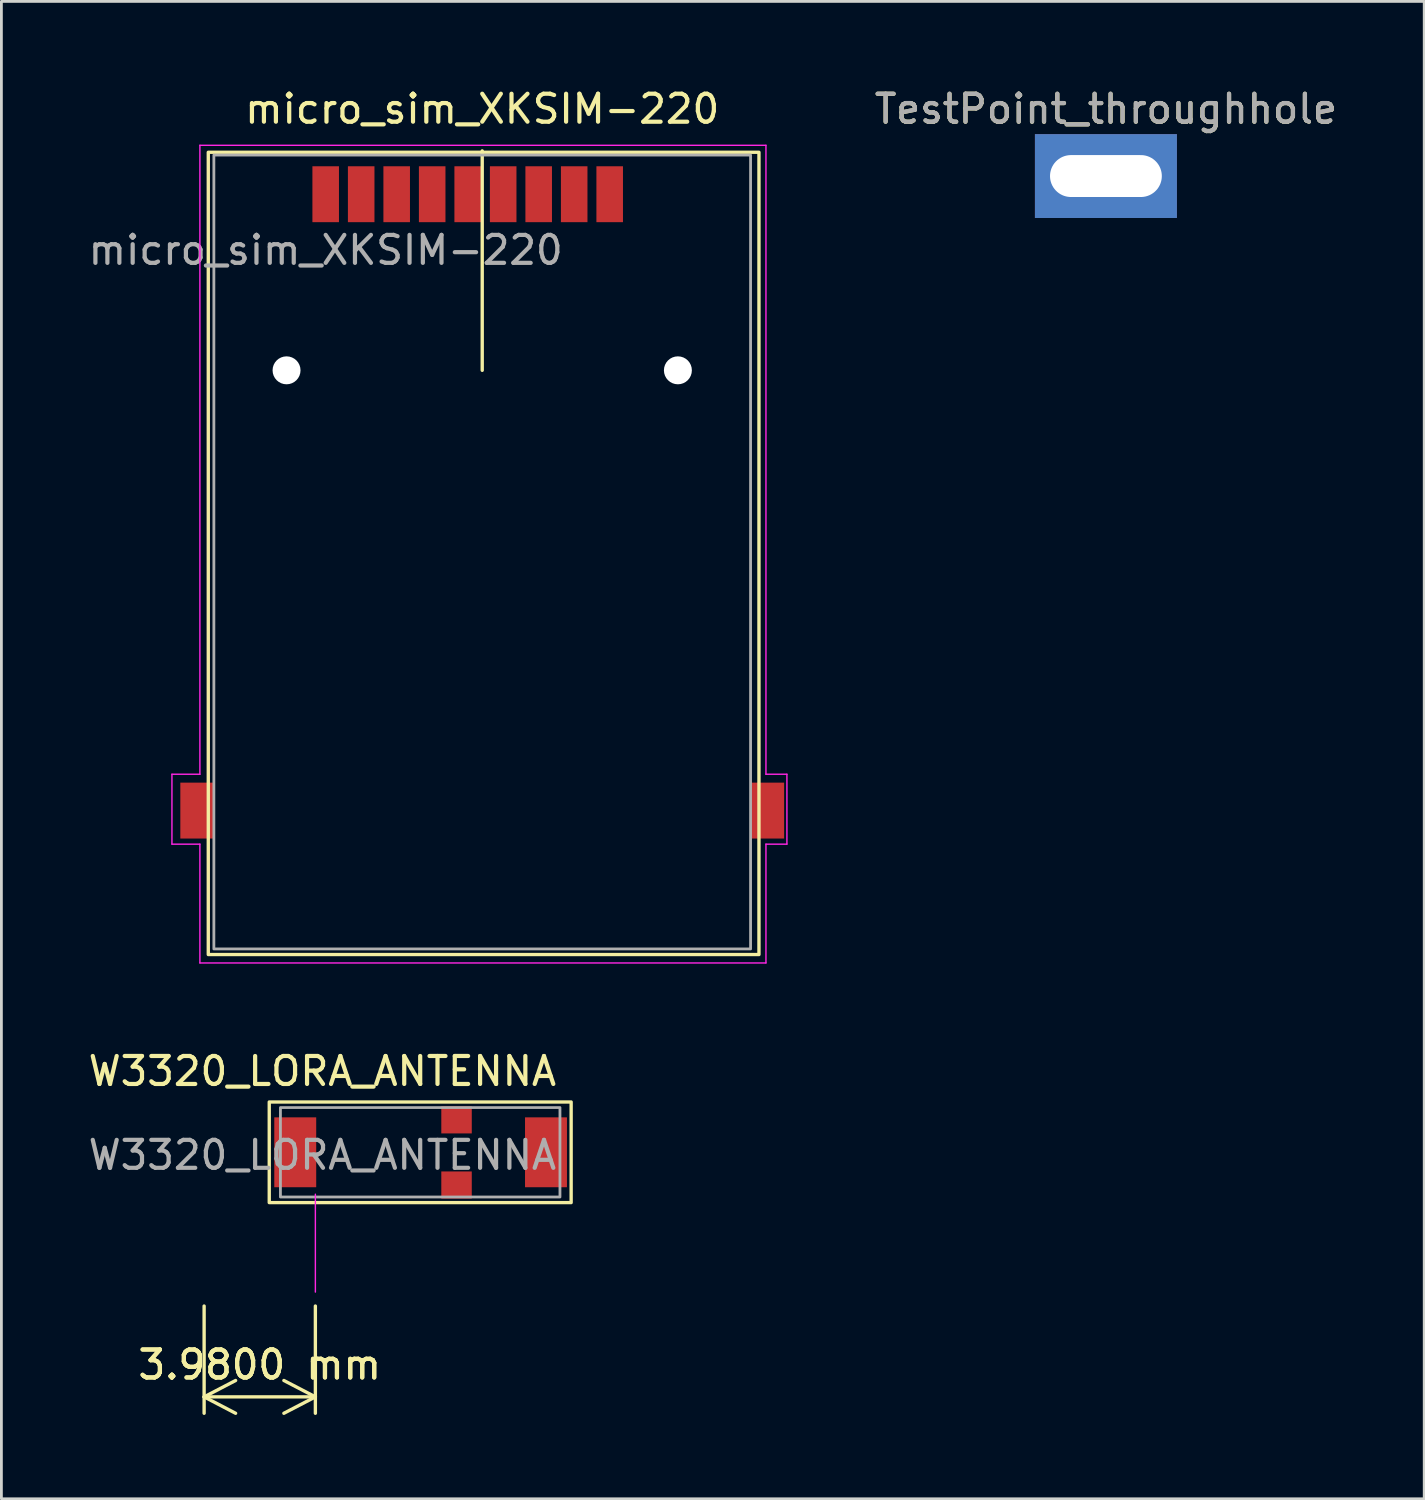
<source format=kicad_pcb>
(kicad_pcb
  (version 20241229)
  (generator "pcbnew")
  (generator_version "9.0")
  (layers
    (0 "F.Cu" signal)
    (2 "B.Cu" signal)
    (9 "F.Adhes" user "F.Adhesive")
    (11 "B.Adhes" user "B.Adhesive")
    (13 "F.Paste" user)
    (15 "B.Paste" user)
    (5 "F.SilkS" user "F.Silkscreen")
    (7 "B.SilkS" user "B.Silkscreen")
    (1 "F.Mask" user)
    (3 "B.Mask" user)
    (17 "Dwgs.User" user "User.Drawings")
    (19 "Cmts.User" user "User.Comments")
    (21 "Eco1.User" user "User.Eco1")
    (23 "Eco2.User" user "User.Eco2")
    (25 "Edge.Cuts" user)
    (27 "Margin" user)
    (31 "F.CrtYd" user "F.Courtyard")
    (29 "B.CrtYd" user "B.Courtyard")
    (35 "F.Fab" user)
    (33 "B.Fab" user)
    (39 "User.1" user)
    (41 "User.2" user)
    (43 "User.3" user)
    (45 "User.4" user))
  (footprint "micro_sim_XKSIM-220"
    (layer "F.Cu")
    (at 8.601 3.398)
    (property "Reference" "micro_sim_XKSIM-220" (at 5.6 -2.55 0) (unlocked yes) (layer "F.SilkS") (effects (font (size 1 1) (thickness 0.15))))
    (attr smd)
    (fp_line (start 5.6 6.8) (end 5.6 -1.05) (stroke (width 0.12) (type default)) (layer "F.SilkS"))
    (fp_rect (start -4.2 -1) (end 15.5 27.7) (stroke (width 0.12) (type default)) (fill no) (layer "F.SilkS"))
    (fp_line (start -5.5 21.25) (end -4.5 21.25) (stroke (width 0.05) (type default)) (layer "F.CrtYd"))
    (fp_line (start -5.5 23.75) (end -5.5 21.25) (stroke (width 0.05) (type default)) (layer "F.CrtYd"))
    (fp_line (start -4.5 -1.25) (end 15.75 -1.25) (stroke (width 0.05) (type default)) (layer "F.CrtYd"))
    (fp_line (start -4.5 21.25) (end -4.5 -1.25) (stroke (width 0.05) (type default)) (layer "F.CrtYd"))
    (fp_line (start -4.5 23.75) (end -5.5 23.75) (stroke (width 0.05) (type default)) (layer "F.CrtYd"))
    (fp_line (start -4.5 28) (end -4.5 23.75) (stroke (width 0.05) (type default)) (layer "F.CrtYd"))
    (fp_line (start 15.75 -1.25) (end 15.75 21.25) (stroke (width 0.05) (type default)) (layer "F.CrtYd"))
    (fp_line (start 15.75 21.25) (end 16.5 21.25) (stroke (width 0.05) (type default)) (layer "F.CrtYd"))
    (fp_line (start 15.75 23.75) (end 15.75 28) (stroke (width 0.05) (type default)) (layer "F.CrtYd"))
    (fp_line (start 15.75 28) (end -4.5 28) (stroke (width 0.05) (type default)) (layer "F.CrtYd"))
    (fp_line (start 16.5 21.25) (end 16.5 23.75) (stroke (width 0.05) (type default)) (layer "F.CrtYd"))
    (fp_line (start 16.5 23.75) (end 15.75 23.75) (stroke (width 0.05) (type default)) (layer "F.CrtYd"))
    (fp_rect (start -4 -0.9) (end 15.2 27.5) (stroke (width 0.1) (type default)) (fill no) (layer "F.Fab"))
    (fp_text user "${REFERENCE}" (at 0 2.5 0) (unlocked yes) (layer "F.Fab") (effects (font (size 1 1) (thickness 0.15))))
    (pad "" np_thru_hole circle (at -1.4 6.8 90) (size 1 1) (drill 1.2) (layers "*.Cu" "*.Mask"))
    (pad "" np_thru_hole circle (at 12.6 6.8 90) (size 1 1) (drill 1.2) (layers "*.Cu" "*.Mask"))
    (pad "1" smd rect (at -4.6 22.55 90) (size 2 1.2) (layers "F.Cu" "F.Mask" "F.Paste"))
    (pad "1" smd rect (at 15.8 22.55 90) (size 2 1.2) (layers "F.Cu" "F.Mask" "F.Paste"))
    (pad "8" smd rect (at 8.89 0.5 90) (size 2 0.95) (layers "F.Cu" "F.Mask" "F.Paste"))
    (pad "9" smd rect (at 10.16 0.5 90) (size 2 0.95) (layers "F.Cu" "F.Mask" "F.Paste"))
    (pad "C1" smd rect (at 0 0.5 90) (size 2 0.95) (layers "F.Cu" "F.Mask" "F.Paste"))
    (pad "C1" smd rect (at 6.35 0.5 90) (size 2 0.95) (layers "F.Cu" "F.Mask" "F.Paste"))
    (pad "C2" smd rect (at 5.08 0.5 90) (size 2 0.95) (layers "F.Cu" "F.Mask" "F.Paste"))
    (pad "C3" smd rect (at 1.27 0.5 90) (size 2 0.95) (layers "F.Cu" "F.Mask" "F.Paste"))
    (pad "C4" smd rect (at 3.81 0.5 90) (size 2 0.95) (layers "F.Cu" "F.Mask" "F.Paste"))
    (pad "C5" smd rect (at 2.54 0.5 90) (size 2 0.95) (layers "F.Cu" "F.Mask" "F.Paste"))
    (pad "C6" smd rect (at 7.62 0.5 90) (size 2 0.95) (layers "F.Cu" "F.Mask" "F.Paste")))
  (footprint "W3320_LORA_ANTENNA"
    (layer "F.Cu")
    (at 6.982 38.172)
    (property "Reference" "W3320_LORA_ANTENNA" (at 1.5 -2.9 0) (unlocked yes) (layer "F.SilkS") (effects (font (size 1 1) (thickness 0.15))))
    (attr smd)
    (fp_rect (start -0.4 -1.8) (end 10.4 1.8) (stroke (width 0.12) (type default)) (fill no) (layer "F.SilkS"))
    (fp_line (start 1.25 1.5) (end 1.25 5) (stroke (width 0.05) (type default)) (layer "F.CrtYd"))
    (fp_rect (start 0 -1.6) (end 10 1.6) (stroke (width 0.1) (type default)) (fill no) (layer "F.Fab"))
    (fp_text user "${REFERENCE}" (at 1.5 0.1 0) (unlocked yes) (layer "F.Fab") (effects (font (size 1 1) (thickness 0.15))))
    (dimension (type aligned) (layer "F.SilkS") (pts (xy 8.232 43.172) (xy 4.252 43.172)) (height -3.75) (format (prefix "") (suffix "") (units 3) (units_format 1) (precision 4)) (style (thickness 0.12) (arrow_length 1.27) (text_position_mode 0) (arrow_direction outward) (extension_height 0.586) (extension_offset 0.5) (keep_text_aligned yes)) (gr_text "3.9800 mm" (at 6.242 45.772 0) (layer "F.SilkS") (effects (font (size 1 1) (thickness 0.15)))))
    (pad "1" smd rect (at 0.53 0) (size 1.5 2.5) (layers "F.Cu" "F.Mask" "F.Paste"))
    (pad "2" smd rect (at 6.3 -1.16) (size 1.09 0.97) (layers "F.Cu" "F.Mask" "F.Paste"))
    (pad "2" smd rect (at 6.3 1.17) (size 1.09 0.97) (layers "F.Cu" "F.Mask" "F.Paste"))
    (pad "3" smd rect (at 9.5 0) (size 1.5 2.5) (layers "F.Cu" "F.Mask" "F.Paste"))
    (zone (net_name "") (layers "F.Cu" "F.CrtYd") (hatch edge 0.5) (connect_pads) (min_thickness 0.25) (filled_areas_thickness no) (keepout (tracks not_allowed) (vias not_allowed) (pads allowed) (copperpour not_allowed) (footprints not_allowed)) (placement (enabled no)) (fill) (polygon (pts (xy 13.982 35.672) (xy 13.982 36.172) (xy 11.732 36.172) (xy 11.732 37.672) (xy 13.982 37.672) (xy 13.982 35.672) (xy 15.732 35.672) (xy 15.732 39.422) (xy 18.982 39.422) (xy 18.982 41.422) (xy 13.732 41.422) (xy 13.732 38.672) (xy 11.732 38.672) (xy 11.732 39.422) (xy 12.982 39.422) (xy 12.982 44.172) (xy 4.262 44.181) (xy 4.262 39.181) (xy 5.482 39.172) (xy 5.482 39.672) (xy 8.232 39.672) (xy 8.232 35.672)))))
  (footprint "TestPoint_throughhole"
    (layer "F.Cu")
    (at 36.513 3.248)
    (property "Reference" "TestPoint_throughhole" (at 0 -2.398 0) (layer "F.SilkS") (effects (font (size 1 1) (thickness 0.15))))
    (attr exclude_from_pos_files)
    (fp_text user "${REFERENCE}" (at 0 -2.4 0) (layer "F.Fab") (effects (font (size 1 1) (thickness 0.15))))
    (pad "1" thru_hole rect (at 0 0) (size 5.08 3) (drill oval 4 1.5) (layers "*.Cu" "*.Mask")))
  (gr_rect
    (start -3 -3)
    (end 47.9 50.568)
    (stroke (width 0.1) (type default))
    (fill no)
    (layer "Edge.Cuts")))
</source>
